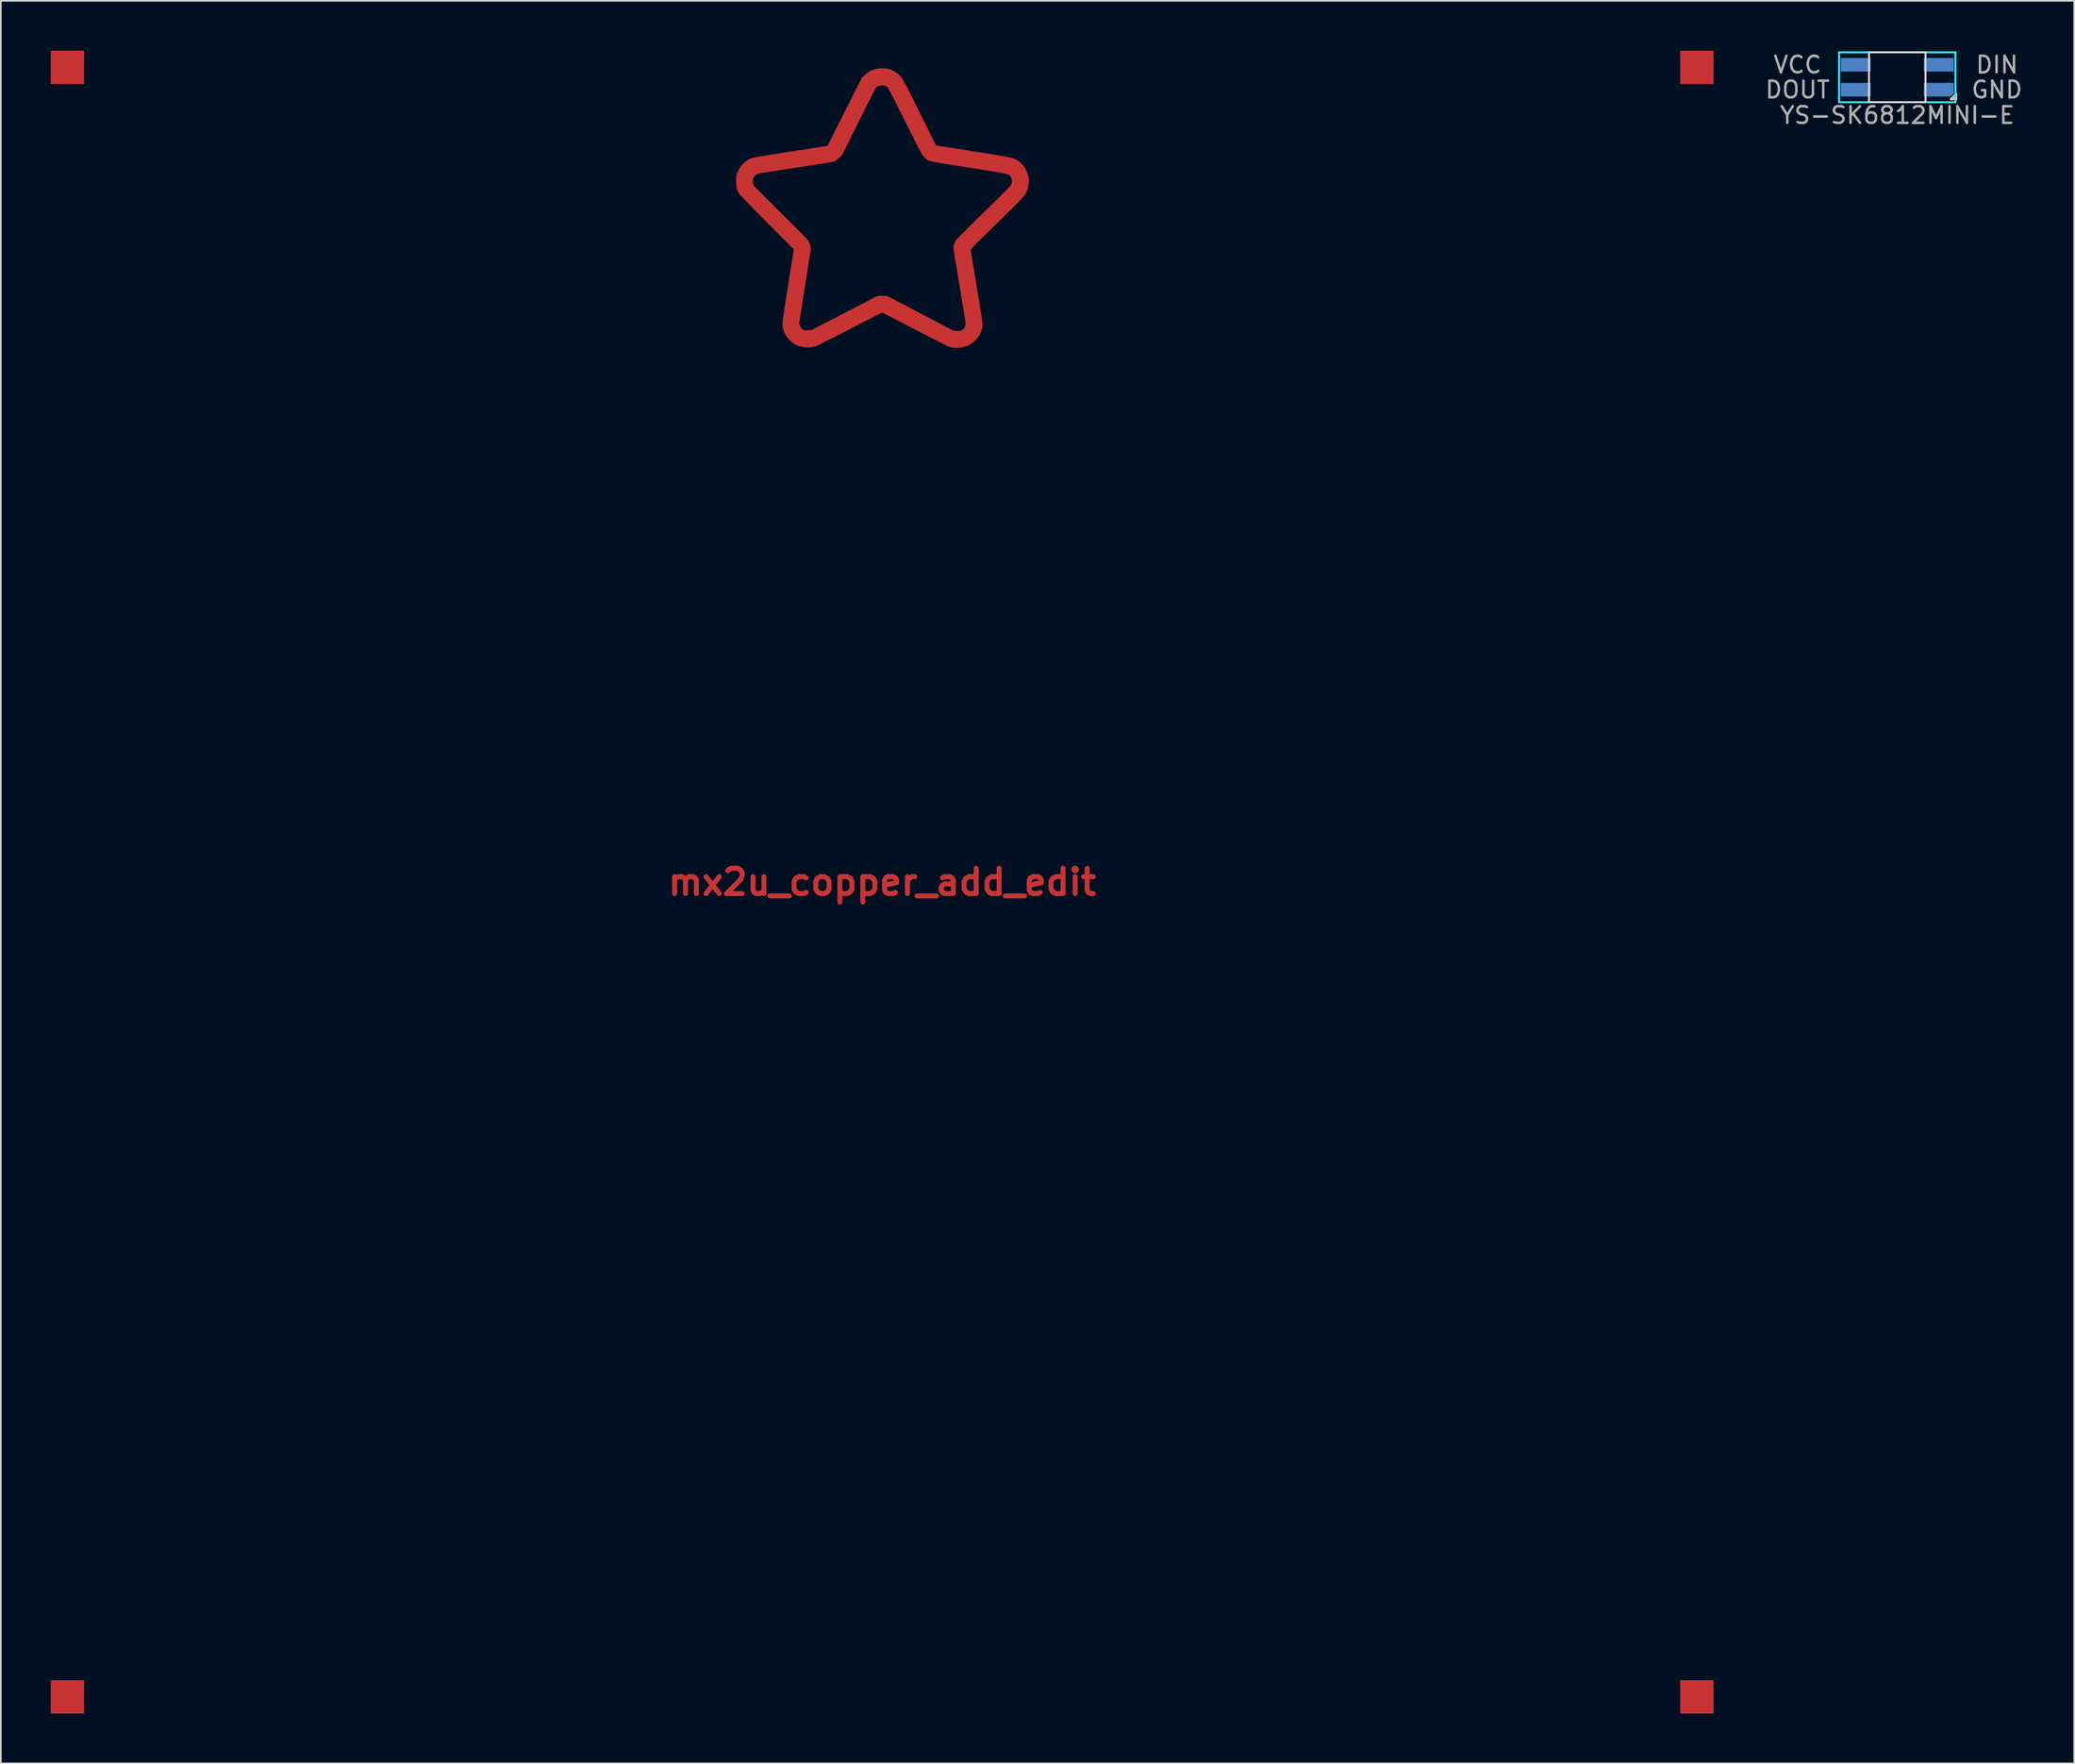
<source format=kicad_pcb>
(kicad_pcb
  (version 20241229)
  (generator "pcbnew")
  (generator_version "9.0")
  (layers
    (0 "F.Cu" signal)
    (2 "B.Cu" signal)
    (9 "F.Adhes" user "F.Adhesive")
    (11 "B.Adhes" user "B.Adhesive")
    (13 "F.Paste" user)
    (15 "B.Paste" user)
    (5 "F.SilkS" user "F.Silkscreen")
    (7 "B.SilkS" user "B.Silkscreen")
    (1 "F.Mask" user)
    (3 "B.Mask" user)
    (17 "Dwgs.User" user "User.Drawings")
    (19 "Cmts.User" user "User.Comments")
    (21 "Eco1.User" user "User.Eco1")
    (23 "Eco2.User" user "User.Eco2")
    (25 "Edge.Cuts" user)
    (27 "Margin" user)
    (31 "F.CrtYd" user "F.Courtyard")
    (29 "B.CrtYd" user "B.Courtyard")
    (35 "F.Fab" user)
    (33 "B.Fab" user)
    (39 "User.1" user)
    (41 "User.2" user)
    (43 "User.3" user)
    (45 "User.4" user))
  (footprint "mx2u_copper_add_edit"
    (layer "F.Cu")
    (at 50.022 50.022)
    (property "Reference" "mx2u_copper_add_edit" (at 0 0 0) (layer "F.Cu") (effects (font (size 1.524 1.524) (thickness 0.3))))
    (attr through_hole)
    (fp_poly (pts (xy -48.02 -48.02) (xy -50.017 -48.02) (xy -50.017 -50.017) (xy -48.02 -50.017) (xy -48.02 -48.02)) (stroke (width 0.01) (type solid)) (fill yes) (layer "F.Cu"))
    (fp_poly (pts (xy -48.02 50.017) (xy -50.017 50.017) (xy -50.017 48.02) (xy -48.02 48.02) (xy -48.02 50.017)) (stroke (width 0.01) (type solid)) (fill yes) (layer "F.Cu"))
    (fp_poly (pts (xy 50.017 -48.02) (xy 48.02 -48.02) (xy 48.02 -50.017) (xy 50.017 -50.017) (xy 50.017 -48.02)) (stroke (width 0.01) (type solid)) (fill yes) (layer "F.Cu"))
    (fp_poly (pts (xy 50.017 50.017) (xy 48.02 50.017) (xy 48.02 48.02) (xy 50.017 48.02) (xy 50.017 50.017)) (stroke (width 0.01) (type solid)) (fill yes) (layer "F.Cu"))
    (fp_poly (pts (xy 0.087 -48.953) (xy 0.237 -48.944) (xy 0.356 -48.927) (xy 0.357 -48.927) (xy 0.537 -48.87) (xy 0.726 -48.778) (xy 0.906 -48.66) (xy 1.061 -48.527) (xy 1.061 -48.527) (xy 1.09 -48.498) (xy 1.117 -48.469) (xy 1.143 -48.437) (xy 1.171 -48.4) (xy 1.202 -48.354) (xy 1.238 -48.296) (xy 1.279 -48.223) (xy 1.328 -48.133) (xy 1.387 -48.022) (xy 1.457 -47.888) (xy 1.539 -47.726) (xy 1.635 -47.536) (xy 1.748 -47.312) (xy 1.877 -47.053) (xy 2.026 -46.755) (xy 2.195 -46.416) (xy 2.233 -46.338) (xy 3.241 -44.316) (xy 5.468 -43.965) (xy 5.869 -43.902) (xy 6.223 -43.846) (xy 6.534 -43.796) (xy 6.805 -43.753) (xy 7.039 -43.714) (xy 7.24 -43.679) (xy 7.41 -43.649) (xy 7.553 -43.621) (xy 7.673 -43.596) (xy 7.773 -43.573) (xy 7.855 -43.55) (xy 7.924 -43.529) (xy 7.982 -43.507) (xy 8.033 -43.484) (xy 8.081 -43.46) (xy 8.127 -43.433) (xy 8.128 -43.432) (xy 8.3 -43.307) (xy 8.458 -43.141) (xy 8.595 -42.946) (xy 8.706 -42.733) (xy 8.781 -42.51) (xy 8.785 -42.494) (xy 8.811 -42.314) (xy 8.814 -42.11) (xy 8.794 -41.904) (xy 8.753 -41.717) (xy 8.748 -41.701) (xy 8.728 -41.641) (xy 8.708 -41.585) (xy 8.686 -41.531) (xy 8.658 -41.477) (xy 8.624 -41.42) (xy 8.58 -41.357) (xy 8.524 -41.285) (xy 8.455 -41.204) (xy 8.369 -41.109) (xy 8.265 -40.998) (xy 8.14 -40.869) (xy 7.991 -40.719) (xy 7.818 -40.545) (xy 7.617 -40.346) (xy 7.386 -40.119) (xy 7.123 -39.86) (xy 6.906 -39.647) (xy 6.627 -39.373) (xy 6.382 -39.131) (xy 6.169 -38.921) (xy 5.985 -38.74) (xy 5.829 -38.585) (xy 5.699 -38.454) (xy 5.592 -38.345) (xy 5.507 -38.256) (xy 5.44 -38.185) (xy 5.39 -38.13) (xy 5.356 -38.087) (xy 5.333 -38.056) (xy 5.322 -38.033) (xy 5.318 -38.017) (xy 5.319 -38.012) (xy 5.334 -37.93) (xy 5.357 -37.807) (xy 5.384 -37.647) (xy 5.417 -37.455) (xy 5.454 -37.235) (xy 5.495 -36.993) (xy 5.539 -36.731) (xy 5.584 -36.455) (xy 5.631 -36.169) (xy 5.679 -35.878) (xy 5.727 -35.586) (xy 5.774 -35.297) (xy 5.819 -35.016) (xy 5.862 -34.748) (xy 5.902 -34.497) (xy 5.939 -34.267) (xy 5.971 -34.063) (xy 5.997 -33.889) (xy 6.018 -33.751) (xy 6.033 -33.651) (xy 6.039 -33.595) (xy 6.04 -33.586) (xy 6.015 -33.347) (xy 5.945 -33.113) (xy 5.835 -32.892) (xy 5.69 -32.69) (xy 5.515 -32.511) (xy 5.317 -32.364) (xy 5.099 -32.252) (xy 4.868 -32.184) (xy 4.815 -32.175) (xy 4.565 -32.15) (xy 4.337 -32.152) (xy 4.14 -32.18) (xy 4.044 -32.208) (xy 3.997 -32.228) (xy 3.908 -32.27) (xy 3.782 -32.332) (xy 3.622 -32.412) (xy 3.432 -32.508) (xy 3.215 -32.618) (xy 2.975 -32.74) (xy 2.716 -32.874) (xy 2.44 -33.016) (xy 2.152 -33.165) (xy 1.952 -33.269) (xy 1.662 -33.419) (xy 1.384 -33.563) (xy 1.123 -33.699) (xy 0.88 -33.824) (xy 0.661 -33.937) (xy 0.467 -34.037) (xy 0.302 -34.121) (xy 0.17 -34.188) (xy 0.073 -34.236) (xy 0.016 -34.264) (xy -0.000117 -34.271) (xy -0.026 -34.26) (xy -0.093 -34.227) (xy -0.199 -34.174) (xy -0.339 -34.103) (xy -0.512 -34.015) (xy -0.713 -33.913) (xy -0.939 -33.797) (xy -1.186 -33.67) (xy -1.453 -33.533) (xy -1.734 -33.387) (xy -1.965 -33.268) (xy -2.26 -33.116) (xy -2.544 -32.97) (xy -2.815 -32.832) (xy -3.068 -32.703) (xy -3.301 -32.586) (xy -3.509 -32.481) (xy -3.689 -32.392) (xy -3.837 -32.319) (xy -3.95 -32.265) (xy -4.025 -32.23) (xy -4.052 -32.219) (xy -4.2 -32.189) (xy -4.382 -32.175) (xy -4.586 -32.179) (xy -4.789 -32.199) (xy -5.014 -32.255) (xy -5.232 -32.355) (xy -5.435 -32.493) (xy -5.616 -32.662) (xy -5.767 -32.857) (xy -5.882 -33.07) (xy -5.915 -33.159) (xy -5.934 -33.217) (xy -5.95 -33.271) (xy -5.964 -33.325) (xy -5.973 -33.383) (xy -5.979 -33.447) (xy -5.981 -33.521) (xy -5.979 -33.609) (xy -5.972 -33.714) (xy -5.959 -33.838) (xy -5.942 -33.986) (xy -5.918 -34.161) (xy -5.889 -34.366) (xy -5.854 -34.605) (xy -5.811 -34.881) (xy -5.762 -35.197) (xy -5.705 -35.556) (xy -5.651 -35.901) (xy -5.308 -38.074) (xy -6.922 -39.692) (xy -7.207 -39.978) (xy -7.47 -40.243) (xy -7.71 -40.486) (xy -7.925 -40.705) (xy -8.113 -40.898) (xy -8.273 -41.065) (xy -8.404 -41.202) (xy -8.503 -41.308) (xy -8.569 -41.383) (xy -8.602 -41.424) (xy -8.603 -41.426) (xy -8.675 -41.563) (xy -8.725 -41.69) (xy -8.757 -41.821) (xy -8.774 -41.971) (xy -8.78 -42.155) (xy -8.78 -42.169) (xy -8.78 -42.172) (xy -7.784 -42.172) (xy -7.778 -42.075) (xy -7.762 -41.986) (xy -7.75 -41.947) (xy -7.726 -41.915) (xy -7.668 -41.85) (xy -7.577 -41.753) (xy -7.455 -41.627) (xy -7.304 -41.472) (xy -7.125 -41.291) (xy -6.921 -41.086) (xy -6.693 -40.858) (xy -6.443 -40.609) (xy -6.173 -40.342) (xy -6.122 -40.291) (xy -5.883 -40.055) (xy -5.654 -39.827) (xy -5.436 -39.61) (xy -5.233 -39.406) (xy -5.048 -39.219) (xy -4.882 -39.051) (xy -4.739 -38.905) (xy -4.621 -38.783) (xy -4.532 -38.689) (xy -4.474 -38.626) (xy -4.451 -38.597) (xy -4.384 -38.467) (xy -4.334 -38.317) (xy -4.306 -38.167) (xy -4.304 -38.038) (xy -4.31 -37.997) (xy -4.323 -37.91) (xy -4.343 -37.782) (xy -4.368 -37.618) (xy -4.398 -37.423) (xy -4.433 -37.2) (xy -4.471 -36.955) (xy -4.512 -36.693) (xy -4.555 -36.417) (xy -4.6 -36.133) (xy -4.645 -35.844) (xy -4.69 -35.557) (xy -4.735 -35.274) (xy -4.778 -35.001) (xy -4.819 -34.742) (xy -4.857 -34.503) (xy -4.891 -34.287) (xy -4.921 -34.099) (xy -4.946 -33.943) (xy -4.965 -33.825) (xy -4.978 -33.749) (xy -4.981 -33.731) (xy -4.994 -33.643) (xy -4.992 -33.579) (xy -4.972 -33.515) (xy -4.94 -33.446) (xy -4.858 -33.318) (xy -4.775 -33.243) (xy -4.724 -33.212) (xy -4.679 -33.194) (xy -4.625 -33.187) (xy -4.548 -33.19) (xy -4.456 -33.197) (xy -4.235 -33.215) (xy -2.351 -34.19) (xy -2.062 -34.34) (xy -1.784 -34.484) (xy -1.52 -34.62) (xy -1.275 -34.747) (xy -1.052 -34.863) (xy -0.853 -34.965) (xy -0.684 -35.053) (xy -0.547 -35.124) (xy -0.445 -35.177) (xy -0.383 -35.209) (xy -0.366 -35.217) (xy -0.311 -35.241) (xy -0.249 -35.257) (xy -0.168 -35.266) (xy -0.055 -35.269) (xy 0.014 -35.269) (xy 0.137 -35.269) (xy 0.224 -35.265) (xy 0.291 -35.254) (xy 0.353 -35.234) (xy 0.425 -35.2) (xy 0.494 -35.163) (xy 0.548 -35.135) (xy 0.643 -35.085) (xy 0.775 -35.016) (xy 0.94 -34.929) (xy 1.134 -34.827) (xy 1.354 -34.712) (xy 1.596 -34.585) (xy 1.855 -34.449) (xy 2.129 -34.305) (xy 2.413 -34.157) (xy 2.502 -34.11) (xy 4.309 -33.162) (xy 4.524 -33.16) (xy 4.636 -33.161) (xy 4.711 -33.169) (xy 4.767 -33.185) (xy 4.819 -33.213) (xy 4.831 -33.221) (xy 4.92 -33.307) (xy 4.988 -33.422) (xy 5.025 -33.547) (xy 5.029 -33.598) (xy 5.025 -33.637) (xy 5.013 -33.721) (xy 4.994 -33.848) (xy 4.969 -34.014) (xy 4.937 -34.214) (xy 4.9 -34.446) (xy 4.858 -34.705) (xy 4.812 -34.987) (xy 4.762 -35.289) (xy 4.71 -35.607) (xy 4.663 -35.888) (xy 4.608 -36.215) (xy 4.556 -36.53) (xy 4.507 -36.827) (xy 4.462 -37.103) (xy 4.421 -37.355) (xy 4.384 -37.578) (xy 4.353 -37.77) (xy 4.329 -37.926) (xy 4.311 -38.043) (xy 4.3 -38.117) (xy 4.297 -38.143) (xy 4.308 -38.242) (xy 4.34 -38.364) (xy 4.384 -38.489) (xy 4.435 -38.596) (xy 4.449 -38.619) (xy 4.478 -38.654) (xy 4.54 -38.721) (xy 4.633 -38.817) (xy 4.755 -38.941) (xy 4.901 -39.089) (xy 5.071 -39.258) (xy 5.26 -39.446) (xy 5.466 -39.649) (xy 5.687 -39.866) (xy 5.919 -40.094) (xy 6.127 -40.297) (xy 6.371 -40.535) (xy 6.605 -40.764) (xy 6.824 -40.98) (xy 7.027 -41.181) (xy 7.21 -41.364) (xy 7.373 -41.526) (xy 7.511 -41.666) (xy 7.622 -41.78) (xy 7.704 -41.866) (xy 7.755 -41.922) (xy 7.77 -41.942) (xy 7.803 -42.058) (xy 7.807 -42.194) (xy 7.784 -42.329) (xy 7.757 -42.402) (xy 7.74 -42.436) (xy 7.725 -42.466) (xy 7.708 -42.493) (xy 7.685 -42.518) (xy 7.654 -42.541) (xy 7.613 -42.563) (xy 7.556 -42.585) (xy 7.483 -42.607) (xy 7.39 -42.631) (xy 7.273 -42.656) (xy 7.13 -42.684) (xy 6.959 -42.714) (xy 6.754 -42.749) (xy 6.515 -42.789) (xy 6.238 -42.833) (xy 5.919 -42.884) (xy 5.556 -42.941) (xy 5.187 -42.999) (xy 4.794 -43.062) (xy 4.448 -43.117) (xy 4.145 -43.165) (xy 3.883 -43.207) (xy 3.658 -43.244) (xy 3.467 -43.275) (xy 3.307 -43.303) (xy 3.176 -43.326) (xy 3.069 -43.346) (xy 2.983 -43.364) (xy 2.916 -43.379) (xy 2.865 -43.392) (xy 2.826 -43.405) (xy 2.795 -43.417) (xy 2.771 -43.43) (xy 2.763 -43.434) (xy 2.715 -43.462) (xy 2.671 -43.49) (xy 2.631 -43.518) (xy 2.591 -43.552) (xy 2.551 -43.593) (xy 2.509 -43.644) (xy 2.463 -43.708) (xy 2.412 -43.789) (xy 2.353 -43.889) (xy 2.285 -44.01) (xy 2.207 -44.156) (xy 2.117 -44.33) (xy 2.012 -44.534) (xy 1.892 -44.772) (xy 1.754 -45.046) (xy 1.597 -45.359) (xy 1.419 -45.714) (xy 1.402 -45.748) (xy 1.253 -46.047) (xy 1.109 -46.333) (xy 0.972 -46.604) (xy 0.844 -46.856) (xy 0.727 -47.087) (xy 0.622 -47.291) (xy 0.531 -47.467) (xy 0.457 -47.61) (xy 0.399 -47.718) (xy 0.361 -47.788) (xy 0.345 -47.814) (xy 0.256 -47.888) (xy 0.149 -47.93) (xy 0.012 -47.944) (xy 0.000248 -47.944) (xy -0.133 -47.931) (xy -0.253 -47.894) (xy -0.346 -47.839) (xy -0.372 -47.813) (xy -0.387 -47.786) (xy -0.423 -47.717) (xy -0.478 -47.609) (xy -0.551 -47.466) (xy -0.64 -47.291) (xy -0.743 -47.087) (xy -0.859 -46.857) (xy -0.985 -46.606) (xy -1.121 -46.335) (xy -1.264 -46.048) (xy -1.403 -45.771) (xy -2.407 -43.762) (xy -2.587 -43.584) (xy -2.721 -43.463) (xy -2.832 -43.386) (xy -2.881 -43.364) (xy -2.924 -43.354) (xy -3.013 -43.337) (xy -3.143 -43.314) (xy -3.311 -43.285) (xy -3.513 -43.251) (xy -3.744 -43.214) (xy -4 -43.173) (xy -4.277 -43.129) (xy -4.571 -43.083) (xy -4.879 -43.035) (xy -4.916 -43.029) (xy -5.325 -42.967) (xy -5.687 -42.911) (xy -6.005 -42.862) (xy -6.282 -42.819) (xy -6.522 -42.782) (xy -6.727 -42.75) (xy -6.9 -42.722) (xy -7.044 -42.699) (xy -7.162 -42.679) (xy -7.258 -42.662) (xy -7.334 -42.647) (xy -7.394 -42.635) (xy -7.439 -42.624) (xy -7.475 -42.614) (xy -7.503 -42.604) (xy -7.526 -42.595) (xy -7.548 -42.584) (xy -7.551 -42.583) (xy -7.664 -42.501) (xy -7.742 -42.387) (xy -7.78 -42.243) (xy -7.784 -42.172) (xy -8.78 -42.172) (xy -8.78 -42.31) (xy -8.776 -42.413) (xy -8.767 -42.492) (xy -8.752 -42.559) (xy -8.729 -42.629) (xy -8.715 -42.665) (xy -8.587 -42.928) (xy -8.431 -43.15) (xy -8.244 -43.332) (xy -8.026 -43.475) (xy -7.861 -43.55) (xy -7.809 -43.564) (xy -7.711 -43.585) (xy -7.568 -43.613) (xy -7.378 -43.646) (xy -7.141 -43.686) (xy -6.857 -43.733) (xy -6.525 -43.787) (xy -6.145 -43.847) (xy -5.715 -43.915) (xy -5.502 -43.948) (xy -3.282 -44.292) (xy -2.256 -46.327) (xy -1.229 -48.361) (xy -1.051 -48.54) (xy -0.871 -48.694) (xy -0.671 -48.816) (xy -0.463 -48.902) (xy -0.349 -48.931) (xy -0.225 -48.946) (xy -0.073 -48.953) (xy 0.087 -48.953)) (stroke (width 0.01) (type solid)) (fill yes) (layer "F.Cu")))
  (footprint "YS-SK6812MINI-E"
    (layer "F.Cu")
    (at 111.097 1.598)
    (property "Reference" "YS-SK6812MINI-E" (at 0 2.286 0) (layer "F.Fab") (effects (font (size 1 1) (thickness 0.15))))
    (attr through_hole)
    (fp_line (start 3.238 1.313) (end 3.538 1.013) (stroke (width 0.15) (type solid)) (layer "B.SilkS"))
    (fp_line (start 3.538 1.013) (end 3.538 1.313) (stroke (width 0.15) (type solid)) (layer "B.SilkS"))
    (fp_line (start 3.538 1.313) (end 3.238 1.313) (stroke (width 0.15) (type solid)) (layer "B.SilkS"))
    (fp_line (start -1.7 -1.5) (end 1.7 -1.5) (stroke (width 0.12) (type solid)) (layer "Edge.Cuts"))
    (fp_line (start -1.7 1.5) (end -1.7 -1.5) (stroke (width 0.12) (type solid)) (layer "Edge.Cuts"))
    (fp_line (start 1.7 -1.5) (end 1.7 1.5) (stroke (width 0.12) (type solid)) (layer "Edge.Cuts"))
    (fp_line (start 1.7 1.5) (end -1.7 1.5) (stroke (width 0.12) (type solid)) (layer "Edge.Cuts"))
    (fp_line (start -3.5 -1.5) (end 3.5 -1.5) (stroke (width 0.12) (type solid)) (layer "B.CrtYd"))
    (fp_line (start -3.5 1.5) (end -3.5 -1.5) (stroke (width 0.12) (type solid)) (layer "B.CrtYd"))
    (fp_line (start 3.5 -1.5) (end 3.5 1.5) (stroke (width 0.12) (type solid)) (layer "B.CrtYd"))
    (fp_line (start 3.5 1.5) (end -3.5 1.5) (stroke (width 0.12) (type solid)) (layer "B.CrtYd"))
    (fp_text user "VCC" (at -6 -0.75 0) (layer "F.Fab") (effects (font (size 1 1) (thickness 0.15))))
    (fp_text user "GND" (at 6 0.75 0) (layer "F.Fab") (effects (font (size 1 1) (thickness 0.15))))
    (fp_text user "DIN" (at 6 -0.75 0) (layer "F.Fab") (effects (font (size 1 1) (thickness 0.15))))
    (fp_text user "DOUT" (at -6 0.75 0) (layer "F.Fab") (effects (font (size 1 1) (thickness 0.15))))
    (pad "1" smd rect (at -2.5 -0.75 180) (size 1.8 0.82) (layers "B.Cu" "B.Mask" "B.Paste"))
    (pad "2" smd rect (at -2.5 0.75 180) (size 1.8 0.82) (layers "B.Cu" "B.Mask" "B.Paste"))
    (pad "3" smd rect (at 2.4 0.75 180) (size 1.6 0.82) (layers "B.Cu" "B.Mask" "B.Paste"))
    (pad "3" smd rect (at 3.2 0.65 180) (size 0.4 0.62) (layers "B.Cu" "B.Mask" "B.Paste"))
    (pad "3" smd rect (at 3.2 0.96 135) (size 0.283 0.283) (layers "B.Cu" "B.Mask" "B.Paste"))
    (pad "4" smd rect (at 2.5 -0.75 180) (size 1.8 0.82) (layers "B.Cu" "B.Mask" "B.Paste")))
  (gr_rect
    (start -3 -3)
    (end 121.745 103.043)
    (stroke (width 0.1) (type default))
    (fill no)
    (layer "Edge.Cuts")))
</source>
